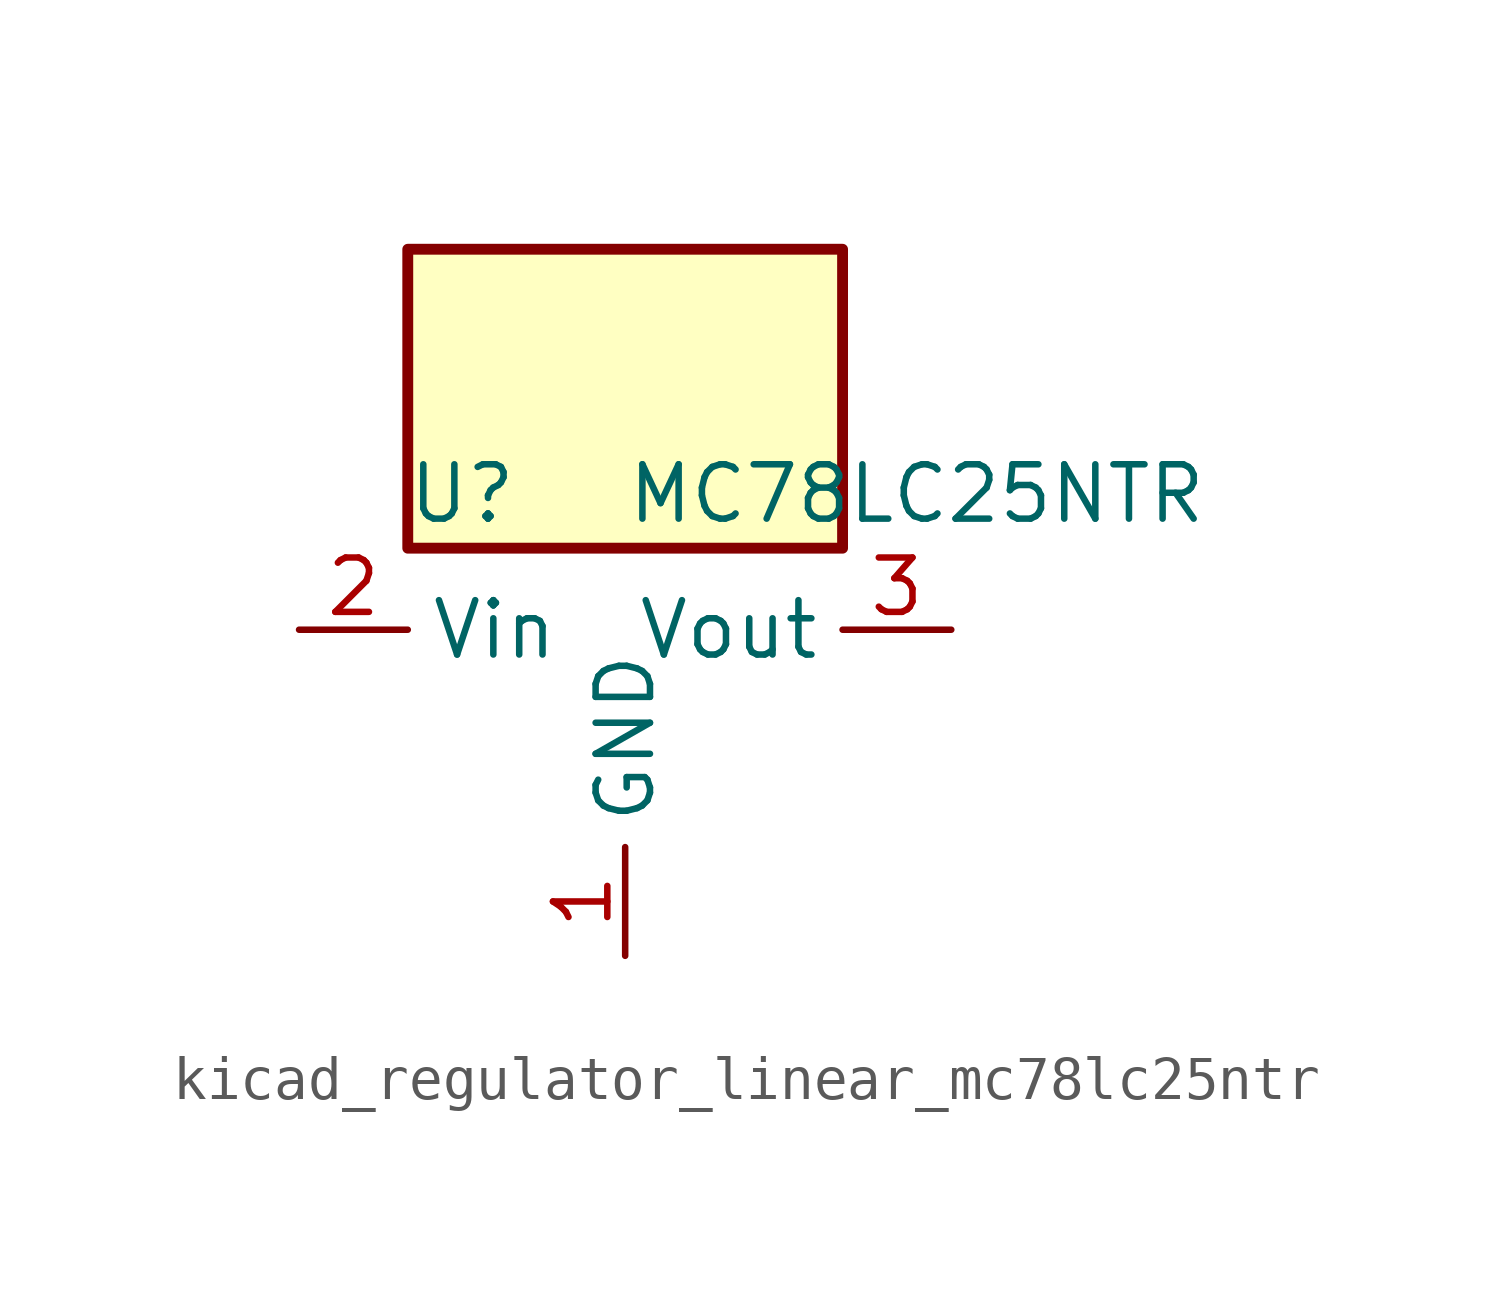
<source format=kicad_sym>
(kicad_symbol_lib
  (version 20220914)
  (generator kicad_symbol_editor)
  (symbol "kicad_regulator_linear_mc78lc25ntr"
    (property "Reference" "U"
      (at -3.81 3.175 0)
      (effects (font (size 1.27 1.27))))
    (property "Value" "MC78LC25NTR"
      (at 0 3.175 0)
      (effects (font (size 1.27 1.27)) (justify left)))
    (symbol "kicad_regulator_linear_mc78lc25ntr_0_1"
      (rectangle (start 5.08 8.89) (end -5.08 1.905) (stroke (width 0.254) (type default)) (fill (type background))))
    (symbol "kicad_regulator_linear_mc78lc25ntr_1_1"
      (pin power_in line (at 0 -7.62 90) (length 2.54) (name "GND" (effects (font (size 1.27 1.27)))) (number "1" (effects (font (size 1.27 1.27)))))
      (pin power_in line (at -7.62 0 0) (length 2.54) (name "Vin" (effects (font (size 1.27 1.27)))) (number "2" (effects (font (size 1.27 1.27)))))
      (pin power_out line (at 7.62 0 180) (length 2.54) (name "Vout" (effects (font (size 1.27 1.27)))) (number "3" (effects (font (size 1.27 1.27)))))
      (pin no_connect line (at 5.08 -2.54 180) (length 2.54) hide (name "NC" (effects (font (size 1.27 1.27)))) (number "4" (effects (font (size 1.27 1.27)))))
      (pin no_connect line (at -5.08 -2.54 0) (length 2.54) hide (name "NC" (effects (font (size 1.27 1.27)))) (number "5" (effects (font (size 1.27 1.27))))))))
</source>
